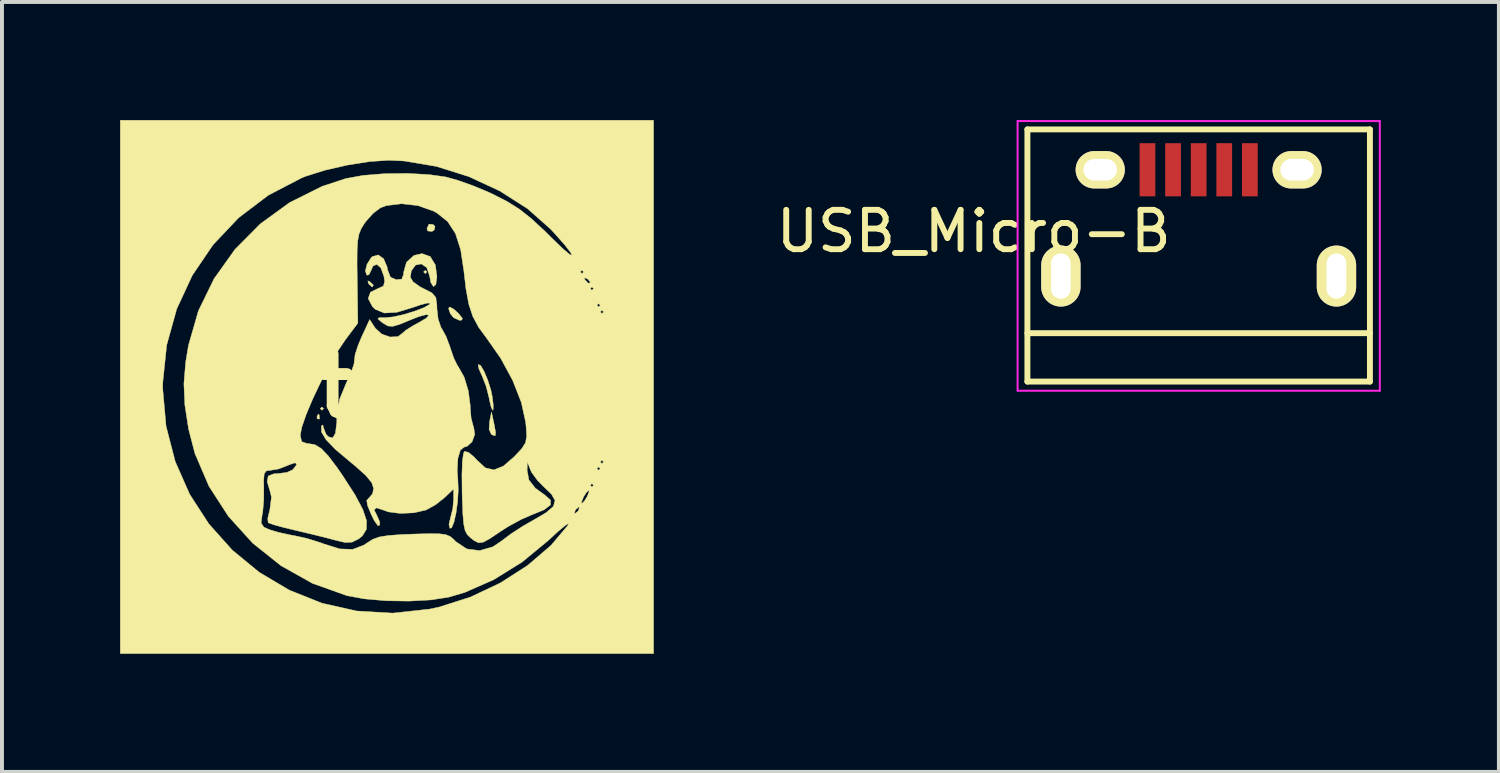
<source format=kicad_pcb>
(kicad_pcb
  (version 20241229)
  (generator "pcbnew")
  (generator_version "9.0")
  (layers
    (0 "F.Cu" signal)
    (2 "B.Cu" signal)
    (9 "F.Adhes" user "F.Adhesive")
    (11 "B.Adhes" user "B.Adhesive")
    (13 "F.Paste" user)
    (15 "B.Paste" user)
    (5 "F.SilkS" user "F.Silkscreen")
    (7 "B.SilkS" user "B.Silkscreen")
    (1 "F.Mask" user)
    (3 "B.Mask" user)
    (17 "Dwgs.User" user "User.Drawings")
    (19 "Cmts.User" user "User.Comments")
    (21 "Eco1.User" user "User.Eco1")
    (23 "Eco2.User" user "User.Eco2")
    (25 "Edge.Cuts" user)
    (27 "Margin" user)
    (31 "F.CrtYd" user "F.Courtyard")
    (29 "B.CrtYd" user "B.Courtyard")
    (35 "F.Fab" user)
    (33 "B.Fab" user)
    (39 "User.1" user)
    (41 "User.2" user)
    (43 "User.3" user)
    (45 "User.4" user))
  (footprint "USB_Micro-B"
    (layer "F.Cu")
    (at 27.397 2.825)
    (property "Reference" "USB_Micro-B" (at -5.715 0 0) (layer "F.SilkS") (effects (font (size 1 1) (thickness 0.15))))
    (attr smd)
    (fp_line (start -4.351 -2.588) (end 4.349 -2.588) (stroke (width 0.15) (type solid)) (layer "F.SilkS"))
    (fp_line (start -4.351 3.817) (end -4.351 -2.588) (stroke (width 0.15) (type solid)) (layer "F.SilkS"))
    (fp_line (start -4.351 3.817) (end 4.349 3.817) (stroke (width 0.15) (type solid)) (layer "F.SilkS"))
    (fp_line (start 4.349 -2.588) (end 4.349 3.817) (stroke (width 0.15) (type solid)) (layer "F.SilkS"))
    (fp_line (start 4.349 2.587) (end -4.351 2.587) (stroke (width 0.15) (type solid)) (layer "F.SilkS"))
    (fp_line (start -4.6 -2.8) (end 4.6 -2.8) (stroke (width 0.05) (type solid)) (layer "F.CrtYd"))
    (fp_line (start -4.6 4.05) (end -4.6 -2.8) (stroke (width 0.05) (type solid)) (layer "F.CrtYd"))
    (fp_line (start 4.6 -2.8) (end 4.6 4.05) (stroke (width 0.05) (type solid)) (layer "F.CrtYd"))
    (fp_line (start 4.6 4.05) (end -4.6 4.05) (stroke (width 0.05) (type solid)) (layer "F.CrtYd"))
    (pad "1" smd rect (at -1.301 -1.563 90) (size 1.35 0.4) (layers "F.Cu" "F.Mask" "F.Paste"))
    (pad "2" smd rect (at -0.651 -1.563 90) (size 1.35 0.4) (layers "F.Cu" "F.Mask" "F.Paste"))
    (pad "3" smd rect (at -0.001 -1.563 90) (size 1.35 0.4) (layers "F.Cu" "F.Mask" "F.Paste"))
    (pad "4" smd rect (at 0.649 -1.563 90) (size 1.35 0.4) (layers "F.Cu" "F.Mask" "F.Paste"))
    (pad "5" smd rect (at 1.299 -1.563 90) (size 1.35 0.4) (layers "F.Cu" "F.Mask" "F.Paste"))
    (pad "6" thru_hole oval (at -3.501 1.137 90) (size 1.55 1) (drill oval 1.15 0.5) (layers "*.Cu" "*.Mask" "F.SilkS"))
    (pad "6" thru_hole oval (at -2.501 -1.563 90) (size 0.95 1.25) (drill oval 0.55 0.85) (layers "*.Cu" "*.Mask" "F.SilkS"))
    (pad "6" thru_hole oval (at 2.499 -1.563 90) (size 0.95 1.25) (drill oval 0.55 0.85) (layers "*.Cu" "*.Mask" "F.SilkS"))
    (pad "6" thru_hole oval (at 3.499 1.137 90) (size 1.55 1) (drill oval 1.15 0.5) (layers "*.Cu" "*.Mask" "F.SilkS")))
  (footprint "tux"
    (layer "F.Cu")
    (at 6.778 6.778)
    (property "Reference" "tux" (at 0 0 0) (layer "F.SilkS") (effects (font (size 1.524 1.524) (thickness 0.3))))
    (attr through_hole)
    (fp_poly (pts (xy -1.609 0.55) (xy -1.651 0.593) (xy -1.693 0.55) (xy -1.651 0.508) (xy -1.609 0.55)) (stroke (width 0.01) (type solid)) (fill yes) (layer "F.SilkS"))
    (fp_poly (pts (xy -1.27 -0.381) (xy -1.312 -0.339) (xy -1.355 -0.381) (xy -1.312 -0.423) (xy -1.27 -0.381)) (stroke (width 0.01) (type solid)) (fill yes) (layer "F.SilkS"))
    (fp_poly (pts (xy 1.016 -2.921) (xy 0.974 -2.879) (xy 0.931 -2.921) (xy 0.974 -2.963) (xy 1.016 -2.921)) (stroke (width 0.01) (type solid)) (fill yes) (layer "F.SilkS"))
    (fp_poly (pts (xy -1.722 0.706) (xy -1.711 0.806) (xy -1.722 0.818) (xy -1.772 0.807) (xy -1.778 0.762) (xy -1.747 0.692) (xy -1.722 0.706)) (stroke (width 0.01) (type solid)) (fill yes) (layer "F.SilkS"))
    (fp_poly (pts (xy -0.436 -2.675) (xy -0.346 -2.59) (xy -0.364 -2.541) (xy -0.376 -2.54) (xy -0.448 -2.6) (xy -0.474 -2.638) (xy -0.484 -2.696) (xy -0.436 -2.675)) (stroke (width 0.01) (type solid)) (fill yes) (layer "F.SilkS"))
    (fp_poly (pts (xy 1.177 -4.124) (xy 1.222 -4.073) (xy 1.2 -3.983) (xy 1.143 -3.949) (xy 1.034 -3.962) (xy 1.016 -4.024) (xy 1.069 -4.136) (xy 1.177 -4.124)) (stroke (width 0.01) (type solid)) (fill yes) (layer "F.SilkS"))
    (fp_poly (pts (xy 2.719 0.931) (xy 2.76 1.15) (xy 2.754 1.237) (xy 2.692 1.226) (xy 2.651 1.202) (xy 2.595 1.078) (xy 2.606 0.889) (xy 2.656 0.635) (xy 2.719 0.931)) (stroke (width 0.01) (type solid)) (fill yes) (layer "F.SilkS"))
    (fp_poly (pts (xy 1.699 -1.975) (xy 1.82 -1.863) (xy 1.918 -1.741) (xy 1.899 -1.697) (xy 1.836 -1.693) (xy 1.691 -1.761) (xy 1.609 -1.863) (xy 1.566 -1.993) (xy 1.593 -2.032) (xy 1.699 -1.975)) (stroke (width 0.01) (type solid)) (fill yes) (layer "F.SilkS"))
    (fp_poly (pts (xy 2.383 -0.54) (xy 2.47 -0.391) (xy 2.563 -0.169) (xy 2.641 0.081) (xy 2.675 0.245) (xy 2.701 0.459) (xy 2.697 0.581) (xy 2.689 0.593) (xy 2.649 0.518) (xy 2.604 0.334) (xy 2.594 0.275) (xy 2.521 -0.013) (xy 2.418 -0.277) (xy 2.412 -0.288) (xy 2.334 -0.465) (xy 2.318 -0.568) (xy 2.321 -0.571) (xy 2.383 -0.54)) (stroke (width 0.01) (type solid)) (fill yes) (layer "F.SilkS"))
    (fp_poly (pts (xy 1.1 -3.312) (xy 1.23 -3.099) (xy 1.27 -2.8) (xy 1.242 -2.598) (xy 1.18 -2.549) (xy 1.115 -2.651) (xy 1.085 -2.814) (xy 1.01 -3.032) (xy 0.875 -3.125) (xy 0.728 -3.096) (xy 0.62 -2.948) (xy 0.594 -2.786) (xy 0.666 -2.668) (xy 0.851 -2.538) (xy 0.931 -2.498) (xy 1.144 -2.388) (xy 1.242 -2.272) (xy 1.269 -2.083) (xy 1.27 -1.993) (xy 1.3 -1.727) (xy 1.373 -1.511) (xy 1.396 -1.477) (xy 1.5 -1.288) (xy 1.598 -1.03) (xy 1.615 -0.974) (xy 1.701 -0.726) (xy 1.795 -0.537) (xy 1.816 -0.508) (xy 1.961 -0.251) (xy 2.068 0.101) (xy 2.116 0.475) (xy 2.117 0.526) (xy 2.138 0.786) (xy 2.192 0.996) (xy 2.203 1.02) (xy 2.231 1.206) (xy 2.163 1.394) (xy 2.032 1.512) (xy 1.971 1.524) (xy 1.867 1.601) (xy 1.803 1.812) (xy 1.786 2.123) (xy 1.802 2.355) (xy 1.812 2.615) (xy 1.795 2.91) (xy 1.756 3.197) (xy 1.704 3.432) (xy 1.645 3.575) (xy 1.601 3.593) (xy 1.575 3.492) (xy 1.612 3.336) (xy 1.673 3.088) (xy 1.693 2.857) (xy 1.693 2.593) (xy 1.46 2.815) (xy 1.236 2.992) (xy 1.004 3.121) (xy 0.989 3.127) (xy 0.685 3.197) (xy 0.34 3.213) (xy 0.033 3.173) (xy -0.097 3.126) (xy -0.265 3.071) (xy -0.326 3.122) (xy -0.259 3.254) (xy -0.184 3.425) (xy -0.184 3.512) (xy -0.229 3.524) (xy -0.319 3.399) (xy -0.391 3.255) (xy -0.492 3.015) (xy -0.513 2.883) (xy -0.461 2.823) (xy -0.455 2.82) (xy -0.364 2.71) (xy -0.339 2.577) (xy -0.385 2.433) (xy -0.536 2.249) (xy -0.809 2.005) (xy -0.93 1.906) (xy -1.307 1.588) (xy -1.547 1.339) (xy -1.663 1.145) (xy -1.665 0.994) (xy -1.663 0.99) (xy -1.626 0.964) (xy -1.615 1.027) (xy -1.548 1.198) (xy -1.492 1.262) (xy -1.38 1.296) (xy -1.308 1.176) (xy -1.274 0.898) (xy -1.27 0.721) (xy -1.202 0.311) (xy -1.034 -0.097) (xy -0.912 -0.361) (xy -0.837 -0.58) (xy -0.826 -0.683) (xy -0.807 -0.829) (xy -0.729 -1.066) (xy -0.646 -1.263) (xy -0.439 -1.711) (xy -0.294 -1.49) (xy -0.13 -1.342) (xy 0.082 -1.268) (xy 0.28 -1.279) (xy 0.382 -1.356) (xy 0.485 -1.444) (xy 0.682 -1.566) (xy 0.776 -1.616) (xy 0.997 -1.745) (xy 1.067 -1.82) (xy 1.001 -1.837) (xy 0.811 -1.787) (xy 0.601 -1.705) (xy 0.322 -1.589) (xy 0.147 -1.538) (xy 0.027 -1.548) (xy -0.09 -1.615) (xy -0.132 -1.645) (xy -0.231 -1.728) (xy -0.199 -1.759) (xy -0.032 -1.76) (xy 0.168 -1.781) (xy 0.429 -1.84) (xy 0.701 -1.923) (xy 0.934 -2.012) (xy 1.077 -2.092) (xy 1.101 -2.125) (xy 1.03 -2.131) (xy 0.848 -2.084) (xy 0.676 -2.024) (xy 0.251 -1.895) (xy -0.066 -1.877) (xy -0.296 -1.971) (xy -0.368 -2.04) (xy -0.475 -2.244) (xy -0.42 -2.405) (xy -0.227 -2.501) (xy -0.09 -2.561) (xy -0.057 -2.678) (xy -0.078 -2.815) (xy -0.155 -3.023) (xy -0.258 -3.113) (xy -0.355 -3.069) (xy -0.396 -2.973) (xy -0.458 -2.85) (xy -0.51 -2.837) (xy -0.548 -2.946) (xy -0.505 -3.117) (xy -0.404 -3.279) (xy -0.372 -3.31) (xy -0.22 -3.353) (xy -0.084 -3.256) (xy 0.005 -3.047) (xy 0.016 -2.978) (xy 0.089 -2.789) (xy 0.233 -2.725) (xy 0.376 -2.737) (xy 0.422 -2.86) (xy 0.423 -2.909) (xy 0.497 -3.169) (xy 0.688 -3.341) (xy 0.892 -3.387) (xy 1.1 -3.312)) (stroke (width 0.01) (type solid)) (fill yes) (layer "F.SilkS"))
    (fp_poly (pts (xy 6.773 6.773) (xy -6.773 6.773) (xy -6.773 0.042) (xy -5.695 0.042) (xy -5.61 0.997) (xy -5.377 1.895) (xy -5.01 2.727) (xy -4.522 3.48) (xy -3.928 4.145) (xy -3.242 4.709) (xy -2.478 5.162) (xy -1.649 5.493) (xy -0.77 5.691) (xy 0.146 5.745) (xy 1.083 5.643) (xy 1.329 5.59) (xy 2.122 5.337) (xy 2.883 4.977) (xy 3.577 4.531) (xy 4.171 4.021) (xy 4.596 3.516) (xy 4.611 3.468) (xy 4.522 3.525) (xy 4.343 3.675) (xy 4.093 3.904) (xy 4.087 3.91) (xy 3.43 4.451) (xy 2.713 4.896) (xy 1.98 5.219) (xy 1.566 5.341) (xy 1.114 5.41) (xy 0.563 5.44) (xy -0.021 5.431) (xy -0.573 5.383) (xy -1.016 5.302) (xy -1.89 4.99) (xy -2.694 4.539) (xy -3.411 3.966) (xy -3.872 3.457) (xy -3.196 3.457) (xy -3.125 3.561) (xy -2.992 3.622) (xy -2.753 3.694) (xy -2.454 3.759) (xy -2.371 3.773) (xy -2.042 3.845) (xy -1.694 3.953) (xy -1.609 3.985) (xy -1.198 4.114) (xy -0.869 4.125) (xy -0.583 4.016) (xy -0.498 3.958) (xy -0.356 3.869) (xy -0.19 3.81) (xy 0.04 3.773) (xy 0.375 3.749) (xy 0.653 3.738) (xy 1.053 3.727) (xy 1.32 3.729) (xy 1.493 3.751) (xy 1.608 3.799) (xy 1.703 3.879) (xy 1.75 3.929) (xy 2.027 4.114) (xy 2.355 4.157) (xy 2.696 4.058) (xy 2.924 3.903) (xy 3.152 3.731) (xy 3.457 3.533) (xy 3.713 3.387) (xy 4.012 3.212) (xy 4.762 3.212) (xy 4.774 3.217) (xy 4.851 3.158) (xy 4.868 3.133) (xy 4.89 3.054) (xy 4.878 3.048) (xy 4.801 3.108) (xy 4.784 3.133) (xy 4.762 3.212) (xy 4.012 3.212) (xy 4.046 3.192) (xy 4.228 3.033) (xy 4.258 2.925) (xy 4.941 2.925) (xy 4.947 2.963) (xy 5.015 2.898) (xy 5.08 2.794) (xy 5.135 2.663) (xy 5.128 2.625) (xy 5.06 2.69) (xy 4.995 2.794) (xy 4.941 2.925) (xy 4.258 2.925) (xy 4.27 2.884) (xy 4.179 2.724) (xy 4.031 2.582) (xy 3.946 2.498) (xy 5.165 2.498) (xy 5.207 2.54) (xy 5.249 2.498) (xy 5.207 2.455) (xy 5.165 2.498) (xy 3.946 2.498) (xy 3.828 2.379) (xy 3.678 2.175) (xy 3.65 2.117) (xy 3.633 2.074) (xy 5.334 2.074) (xy 5.376 2.117) (xy 5.419 2.074) (xy 5.376 2.032) (xy 5.334 2.074) (xy 3.633 2.074) (xy 3.567 1.905) (xy 5.419 1.905) (xy 5.461 1.947) (xy 5.503 1.905) (xy 5.461 1.863) (xy 5.419 1.905) (xy 3.567 1.905) (xy 3.561 2.122) (xy 3.606 2.362) (xy 3.769 2.571) (xy 4.006 2.742) (xy 4.157 2.875) (xy 4.154 2.998) (xy 3.992 3.121) (xy 3.689 3.245) (xy 3.412 3.365) (xy 3.088 3.541) (xy 2.88 3.674) (xy 2.614 3.853) (xy 2.444 3.945) (xy 2.325 3.959) (xy 2.214 3.903) (xy 2.12 3.829) (xy 2.04 3.751) (xy 1.985 3.645) (xy 1.95 3.481) (xy 1.928 3.224) (xy 1.913 2.841) (xy 1.909 2.685) (xy 1.905 2.224) (xy 1.917 1.884) (xy 1.946 1.683) (xy 1.971 1.637) (xy 2.073 1.662) (xy 2.224 1.789) (xy 2.278 1.851) (xy 2.498 2.054) (xy 2.718 2.107) (xy 2.96 2.009) (xy 3.238 1.767) (xy 3.424 1.568) (xy 3.52 1.417) (xy 3.55 1.249) (xy 3.534 0.997) (xy 3.524 0.899) (xy 3.414 0.395) (xy 3.195 -0.164) (xy 2.89 -0.728) (xy 2.54 -1.228) (xy 2.329 -1.515) (xy 2.18 -1.793) (xy 2.144 -1.905) (xy 5.419 -1.905) (xy 5.461 -1.863) (xy 5.503 -1.905) (xy 5.461 -1.947) (xy 5.419 -1.905) (xy 2.144 -1.905) (xy 2.088 -2.074) (xy 5.334 -2.074) (xy 5.376 -2.032) (xy 5.419 -2.074) (xy 5.376 -2.117) (xy 5.334 -2.074) (xy 2.088 -2.074) (xy 2.078 -2.107) (xy 2.006 -2.498) (xy 5.165 -2.498) (xy 5.207 -2.455) (xy 5.249 -2.498) (xy 5.207 -2.54) (xy 5.165 -2.498) (xy 2.006 -2.498) (xy 2.005 -2.505) (xy 1.975 -2.77) (xy 5.009 -2.77) (xy 5.03 -2.722) (xy 5.115 -2.632) (xy 5.164 -2.65) (xy 5.165 -2.662) (xy 5.105 -2.734) (xy 5.067 -2.76) (xy 5.009 -2.77) (xy 1.975 -2.77) (xy 1.957 -2.921) (xy 4.911 -2.921) (xy 4.953 -2.879) (xy 4.995 -2.921) (xy 4.953 -2.963) (xy 4.911 -2.921) (xy 1.957 -2.921) (xy 1.956 -2.934) (xy 1.873 -3.484) (xy 1.74 -3.897) (xy 1.543 -4.2) (xy 1.267 -4.42) (xy 1.184 -4.466) (xy 0.788 -4.606) (xy 0.365 -4.653) (xy -0.018 -4.605) (xy -0.167 -4.548) (xy -0.351 -4.409) (xy -0.539 -4.198) (xy -0.573 -4.15) (xy -0.654 -4.019) (xy -0.708 -3.886) (xy -0.741 -3.715) (xy -0.756 -3.473) (xy -0.759 -3.124) (xy -0.754 -2.739) (xy -0.738 -1.62) (xy -1.046 -1.212) (xy -1.25 -0.909) (xy -1.471 -0.528) (xy -1.69 -0.106) (xy -1.89 0.318) (xy -2.054 0.708) (xy -2.164 1.027) (xy -2.201 1.23) (xy -2.166 1.389) (xy -2.027 1.439) (xy -1.99 1.439) (xy -1.829 1.467) (xy -1.67 1.563) (xy -1.489 1.752) (xy -1.261 2.054) (xy -1.123 2.255) (xy -0.812 2.737) (xy -0.612 3.113) (xy -0.517 3.4) (xy -0.522 3.618) (xy -0.623 3.783) (xy -0.72 3.861) (xy -0.885 3.943) (xy -1.058 3.952) (xy -1.292 3.898) (xy -1.555 3.828) (xy -1.91 3.74) (xy -2.283 3.652) (xy -2.308 3.646) (xy -2.623 3.57) (xy -2.87 3.502) (xy -3.005 3.454) (xy -3.017 3.446) (xy -3.027 3.34) (xy -2.982 3.15) (xy -2.976 3.134) (xy -2.933 2.798) (xy -2.967 2.658) (xy -3.042 2.403) (xy -3.015 2.262) (xy -2.873 2.206) (xy -2.769 2.201) (xy -2.544 2.172) (xy -2.39 2.102) (xy -2.388 2.1) (xy -2.29 1.969) (xy -2.33 1.926) (xy -2.493 1.981) (xy -2.519 1.994) (xy -2.754 2.084) (xy -2.947 2.116) (xy -3.06 2.131) (xy -3.116 2.201) (xy -3.131 2.371) (xy -3.127 2.561) (xy -3.129 2.876) (xy -3.154 3.165) (xy -3.172 3.267) (xy -3.196 3.457) (xy -3.872 3.457) (xy -4.025 3.289) (xy -4.519 2.525) (xy -4.877 1.692) (xy -5.039 1.067) (xy -5.133 0.458) (xy -5.157 -0.08) (xy -5.112 -0.629) (xy -5.041 -1.057) (xy -4.789 -1.932) (xy -4.39 -2.75) (xy -3.86 -3.493) (xy -3.215 -4.143) (xy -2.472 -4.683) (xy -1.649 -5.094) (xy -1.044 -5.293) (xy -0.603 -5.373) (xy -0.06 -5.417) (xy 0.52 -5.424) (xy 1.074 -5.393) (xy 1.493 -5.334) (xy 1.803 -5.248) (xy 2.193 -5.109) (xy 2.593 -4.942) (xy 2.709 -4.887) (xy 3.065 -4.704) (xy 3.368 -4.513) (xy 3.665 -4.278) (xy 4.003 -3.966) (xy 4.191 -3.779) (xy 4.468 -3.512) (xy 4.638 -3.368) (xy 4.702 -3.341) (xy 4.66 -3.423) (xy 4.515 -3.609) (xy 4.266 -3.891) (xy 4.157 -4.009) (xy 3.571 -4.528) (xy 2.865 -4.978) (xy 2.08 -5.342) (xy 1.257 -5.601) (xy 0.437 -5.739) (xy 0.042 -5.757) (xy -0.439 -5.724) (xy -0.999 -5.636) (xy -1.564 -5.507) (xy -2.056 -5.353) (xy -2.159 -5.313) (xy -3.012 -4.869) (xy -3.768 -4.296) (xy -4.415 -3.612) (xy -4.943 -2.834) (xy -5.34 -1.978) (xy -5.594 -1.063) (xy -5.694 -0.106) (xy -5.695 0.042) (xy -6.773 0.042) (xy -6.773 -6.773) (xy 6.773 -6.773) (xy 6.773 6.773)) (stroke (width 0.01) (type solid)) (fill yes) (layer "F.SilkS")))
  (gr_rect
    (start -3 -3)
    (end 35.022 16.557)
    (stroke (width 0.1) (type default))
    (fill no)
    (layer "Edge.Cuts")))
</source>
